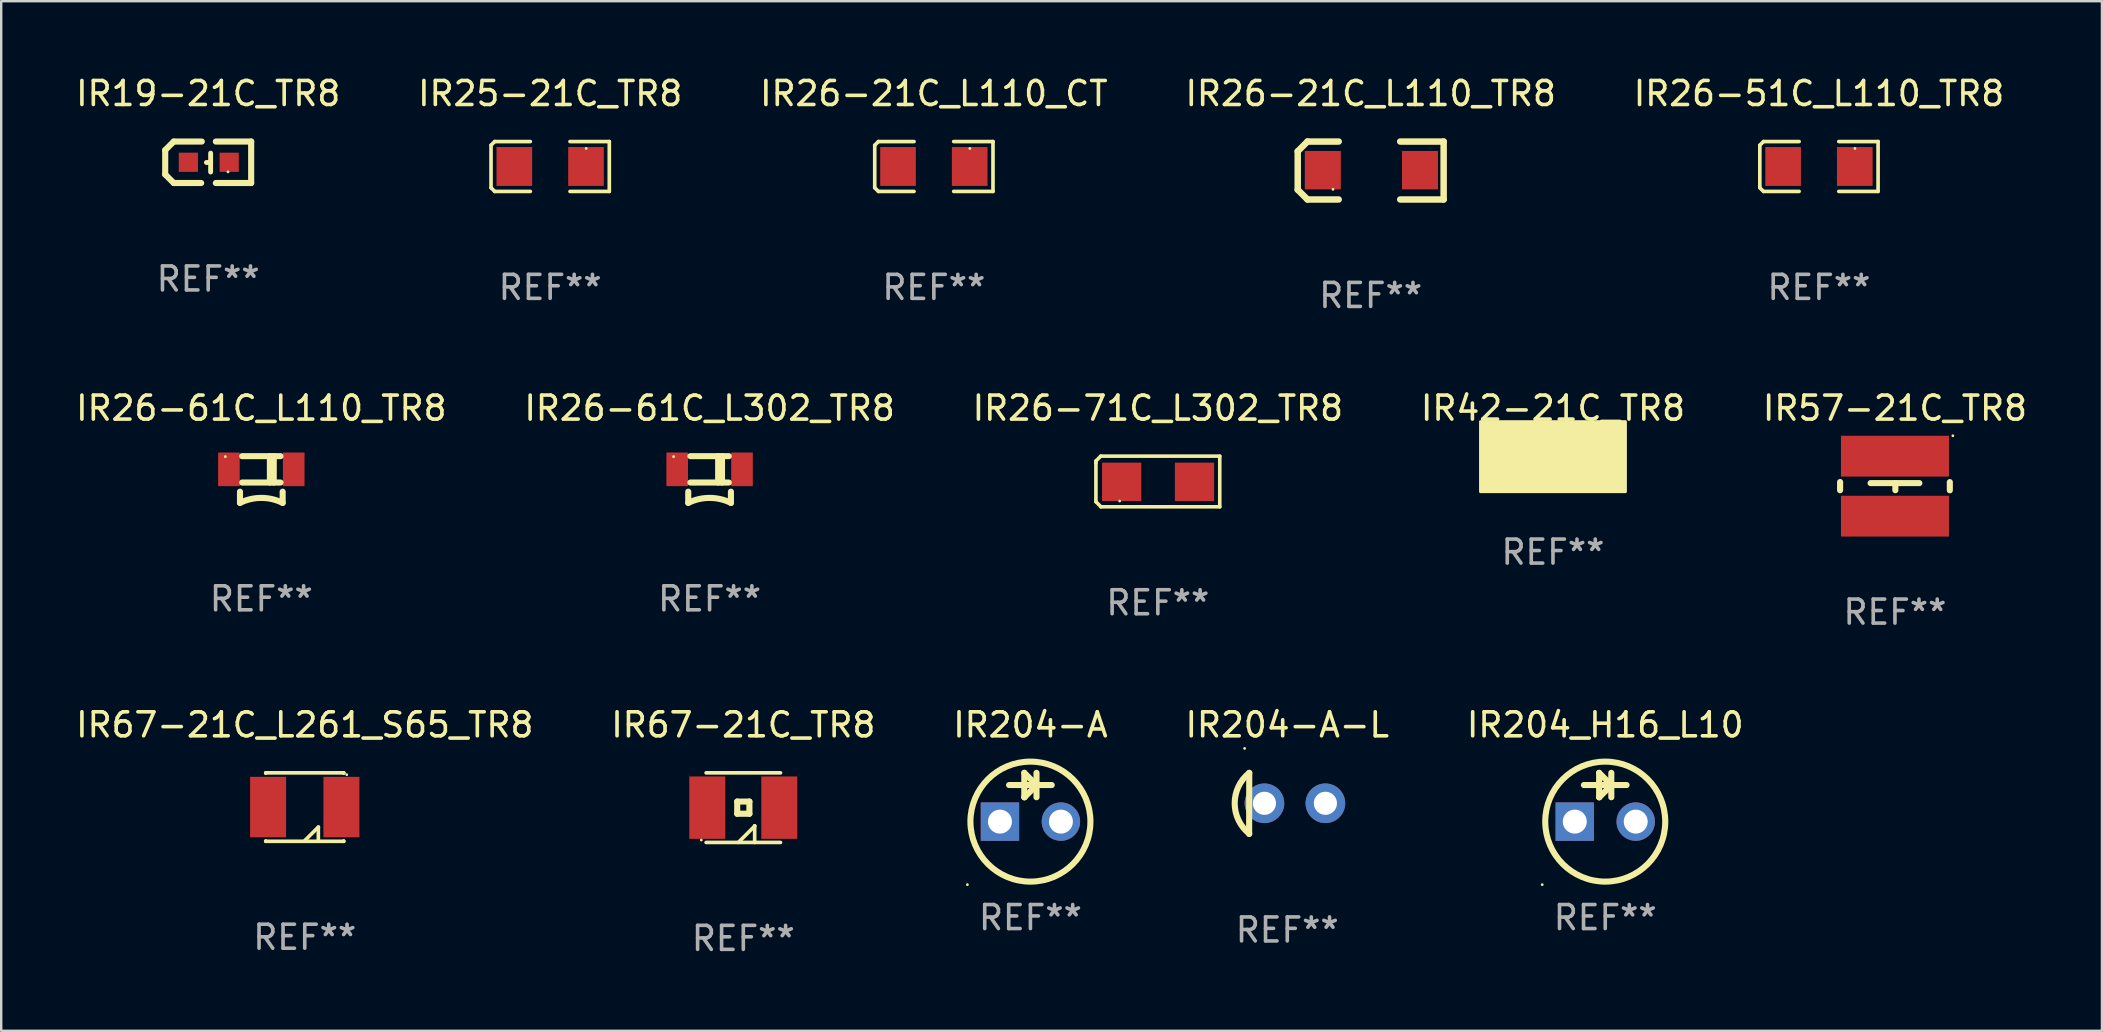
<source format=kicad_pcb>
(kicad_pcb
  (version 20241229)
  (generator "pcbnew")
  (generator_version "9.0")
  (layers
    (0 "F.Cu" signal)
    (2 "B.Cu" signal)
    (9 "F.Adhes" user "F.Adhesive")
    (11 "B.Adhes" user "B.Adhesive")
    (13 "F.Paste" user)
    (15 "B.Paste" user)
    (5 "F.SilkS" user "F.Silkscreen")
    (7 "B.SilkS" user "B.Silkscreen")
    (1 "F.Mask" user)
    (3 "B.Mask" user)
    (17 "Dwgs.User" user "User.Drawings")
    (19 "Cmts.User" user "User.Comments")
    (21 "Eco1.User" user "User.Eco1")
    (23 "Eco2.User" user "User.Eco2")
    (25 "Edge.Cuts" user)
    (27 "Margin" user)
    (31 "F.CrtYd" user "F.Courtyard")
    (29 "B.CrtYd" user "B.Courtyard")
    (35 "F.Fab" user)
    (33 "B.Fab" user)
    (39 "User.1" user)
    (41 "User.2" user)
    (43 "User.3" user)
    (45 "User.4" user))
  (footprint "IR26-61C_L110_TR8"
    (layer "F.Cu")
    (at 7.839 16.931)
    (property "Reference" "IR26-61C_L110_TR8" (at 0 -2.973 0) (layer "F.SilkS") (effects (font (size 1 1) (thickness 0.15))))
    (attr through_hole)
    (fp_line (start -0.889 0.973) (end -0.889 0.507) (stroke (width 0.254) (type solid)) (layer "F.SilkS"))
    (fp_line (start -0.8 -0.973) (end 0.8 -0.973) (stroke (width 0.254) (type solid)) (layer "F.SilkS"))
    (fp_line (start -0.8 0.126) (end 0.8 0.126) (stroke (width 0.254) (type solid)) (layer "F.SilkS"))
    (fp_line (start 0.357 -0.973) (end 0.357 0.126) (stroke (width 0.254) (type solid)) (layer "F.SilkS"))
    (fp_line (start 0.517 -0.973) (end 0.517 0.126) (stroke (width 0.254) (type solid)) (layer "F.SilkS"))
    (fp_line (start 0.889 0.973) (end 0.889 0.507) (stroke (width 0.254) (type solid)) (layer "F.SilkS"))
    (fp_arc (start -0.888976 0.973495) (mid 0.000026 0.766031) (end 0.889028 0.973496) (stroke (width 0.254001) (type solid)) (layer "F.SilkS"))
    (fp_circle (center -1.5 -0.955) (end -1.47 -0.955) (stroke (width 0.06) (type solid)) (fill no) (layer "F.SilkS"))
    (fp_text user "REF**" (at 0 4.973 0) (layer "F.Fab") (effects (font (size 1 1) (thickness 0.15))))
    (pad "1" smd rect (at -1.35 -0.424 90) (size 1.4 0.9) (layers "F.Cu" "F.Mask" "F.Paste"))
    (pad "2" smd rect (at 1.35 -0.424 90) (size 1.4 0.9) (layers "F.Cu" "F.Mask" "F.Paste")))
  (footprint "IR204-A-L"
    (layer "F.Cu")
    (at 50.589 30.428)
    (property "Reference" "IR204-A-L" (at 0 -3.274 0) (layer "F.SilkS") (effects (font (size 1 1) (thickness 0.15))))
    (attr through_hole)
    (fp_line (start -1.583 -1.274) (end -1.589 1.274) (stroke (width 0.254) (type solid)) (layer "F.SilkS"))
    (fp_arc (start -1.583363 1.261481) (mid -2.190825 -0.005982) (end -1.583364 -1.273445) (stroke (width 0.254001) (type solid)) (layer "F.SilkS"))
    (fp_circle (center -1.777 -2.292) (end -1.747 -2.292) (stroke (width 0.06) (type solid)) (fill no) (layer "F.SilkS"))
    (fp_text user "REF**" (at 0 5.274 0) (layer "F.Fab") (effects (font (size 1 1) (thickness 0.15))))
    (pad "1" thru_hole circle (at -0.951 -0.006) (size 1.651 1.651) (drill 0.965) (layers "*.Cu" "*.Mask"))
    (pad "2" thru_hole circle (at 1.589 -0.006) (size 1.651 1.651) (drill 0.965) (layers "*.Cu" "*.Mask")))
  (footprint "IR26-71C_L302_TR8"
    (layer "F.Cu")
    (at 45.196 17.013)
    (property "Reference" "IR26-71C_L302_TR8" (at 0 -3.055 0) (layer "F.SilkS") (effects (font (size 1 1) (thickness 0.15))))
    (attr through_hole)
    (fp_line (start -2.58 -0.855) (end -2.38 -1.055) (stroke (width 0.15) (type solid)) (layer "F.SilkS"))
    (fp_line (start -2.58 -0.775) (end -2.58 -0.855) (stroke (width 0.15) (type solid)) (layer "F.SilkS"))
    (fp_line (start -2.58 -0.775) (end -2.58 0.845) (stroke (width 0.15) (type solid)) (layer "F.SilkS"))
    (fp_line (start -2.58 0.845) (end -2.37 1.055) (stroke (width 0.15) (type solid)) (layer "F.SilkS"))
    (fp_line (start -2.38 -1.055) (end 2.58 -1.055) (stroke (width 0.15) (type solid)) (layer "F.SilkS"))
    (fp_line (start 2.58 -1.055) (end 2.58 1.055) (stroke (width 0.15) (type solid)) (layer "F.SilkS"))
    (fp_line (start 2.58 1.055) (end -2.37 1.055) (stroke (width 0.15) (type solid)) (layer "F.SilkS"))
    (fp_circle (center -1.59 0.815) (end -1.56 0.815) (stroke (width 0.06) (type solid)) (fill no) (layer "F.SilkS"))
    (fp_text user "REF**" (at 0 5.055 0) (layer "F.Fab") (effects (font (size 1 1) (thickness 0.15))))
    (pad "1" smd rect (at -1.507 0.015) (size 1.635 1.6) (layers "F.Cu" "F.Mask" "F.Paste"))
    (pad "2" smd rect (at 1.527 0.015) (size 1.635 1.6) (layers "F.Cu" "F.Mask" "F.Paste")))
  (footprint "IR42-21C_TR8"
    (layer "F.Cu")
    (at 61.661 15.958)
    (property "Reference" "IR42-21C_TR8" (at 0 -2 0) (layer "F.SilkS") (effects (font (size 1 1) (thickness 0.15))))
    (attr through_hole)
    (fp_circle (center 0.68 1) (end 0.852 1) (stroke (width 0.254) (type solid)) (fill no) (layer "F.SilkS"))
    (fp_circle (center 1.6 -1.2) (end 1.63 -1.2) (stroke (width 0.06) (type solid)) (fill no) (layer "F.SilkS"))
    (fp_poly (pts (xy -3.02 -1.44) (xy 3.02 -1.44) (xy 3.02 1.48) (xy -3.02 1.48)) (stroke (width 0.12) (type solid)) (fill yes) (layer "F.SilkS"))
    (fp_text user "REF**" (at 0 4 0) (layer "F.Fab") (effects (font (size 1 1) (thickness 0.15))))
    (pad "1" smd rect (at 1.9 0 180) (size 1.8 2.5) (layers "F.Cu" "F.Mask" "F.Paste"))
    (pad "2" smd rect (at -1.9 0 180) (size 1.8 2.5) (layers "F.Cu" "F.Mask" "F.Paste")))
  (footprint "IR26-61C_L302_TR8"
    (layer "F.Cu")
    (at 26.518 16.931)
    (property "Reference" "IR26-61C_L302_TR8" (at 0 -2.973 0) (layer "F.SilkS") (effects (font (size 1 1) (thickness 0.15))))
    (attr through_hole)
    (fp_line (start -0.889 0.973) (end -0.889 0.507) (stroke (width 0.254) (type solid)) (layer "F.SilkS"))
    (fp_line (start -0.8 -0.973) (end 0.8 -0.973) (stroke (width 0.254) (type solid)) (layer "F.SilkS"))
    (fp_line (start -0.8 0.126) (end 0.8 0.126) (stroke (width 0.254) (type solid)) (layer "F.SilkS"))
    (fp_line (start 0.357 -0.973) (end 0.357 0.126) (stroke (width 0.254) (type solid)) (layer "F.SilkS"))
    (fp_line (start 0.517 -0.973) (end 0.517 0.126) (stroke (width 0.254) (type solid)) (layer "F.SilkS"))
    (fp_line (start 0.889 0.973) (end 0.889 0.507) (stroke (width 0.254) (type solid)) (layer "F.SilkS"))
    (fp_arc (start -0.888976 0.973495) (mid 0.000026 0.766031) (end 0.889028 0.973496) (stroke (width 0.254001) (type solid)) (layer "F.SilkS"))
    (fp_circle (center -1.5 -0.955) (end -1.47 -0.955) (stroke (width 0.06) (type solid)) (fill no) (layer "F.SilkS"))
    (fp_text user "REF**" (at 0 4.973 0) (layer "F.Fab") (effects (font (size 1 1) (thickness 0.15))))
    (pad "1" smd rect (at -1.35 -0.424 90) (size 1.4 0.9) (layers "F.Cu" "F.Mask" "F.Paste"))
    (pad "2" smd rect (at 1.35 -0.424 90) (size 1.4 0.9) (layers "F.Cu" "F.Mask" "F.Paste")))
  (footprint "IR26-21C_L110_TR8"
    (layer "F.Cu")
    (at 54.065 4.055)
    (property "Reference" "IR26-21C_L110_TR8" (at 0 -3.207 0) (layer "F.SilkS") (effects (font (size 1 1) (thickness 0.15))))
    (attr through_hole)
    (fp_line (start -3.04 -0.8) (end -3.04 0.8) (stroke (width 0.27) (type solid)) (layer "F.SilkS"))
    (fp_line (start -3.04 0.8) (end -2.634 1.207) (stroke (width 0.27) (type solid)) (layer "F.SilkS"))
    (fp_line (start -2.634 -1.207) (end -3.04 -0.8) (stroke (width 0.27) (type solid)) (layer "F.SilkS"))
    (fp_line (start -2.634 1.207) (end -1.333 1.207) (stroke (width 0.27) (type solid)) (layer "F.SilkS"))
    (fp_line (start -1.333 -1.207) (end -2.634 -1.207) (stroke (width 0.27) (type solid)) (layer "F.SilkS"))
    (fp_line (start 1.23 1.207) (end 3.04 1.207) (stroke (width 0.27) (type solid)) (layer "F.SilkS"))
    (fp_line (start 3.04 -1.207) (end 1.23 -1.207) (stroke (width 0.27) (type solid)) (layer "F.SilkS"))
    (fp_line (start 3.04 1.207) (end 3.04 -1.207) (stroke (width 0.27) (type solid)) (layer "F.SilkS"))
    (fp_circle (center -1.57 0.786) (end -1.54 0.786) (stroke (width 0.06) (type solid)) (fill no) (layer "F.SilkS"))
    (fp_text user "REF**" (at 0 5.207 0) (layer "F.Fab") (effects (font (size 1 1) (thickness 0.15))))
    (pad "1" smd rect (at -1.994 -0.014) (size 1.5 1.6) (layers "F.Cu" "F.Mask" "F.Paste"))
    (pad "2" smd rect (at 2.054 -0.014) (size 1.5 1.6) (layers "F.Cu" "F.Mask" "F.Paste")))
  (footprint "IR25-21C_TR8"
    (layer "F.Cu")
    (at 19.875 3.887)
    (property "Reference" "IR25-21C_TR8" (at 0 -3.039 0) (layer "F.SilkS") (effects (font (size 1 1) (thickness 0.15))))
    (attr through_hole)
    (fp_line (start -2.464 -0.886) (end -2.311 -1.039) (stroke (width 0.152) (type solid)) (layer "F.SilkS"))
    (fp_line (start -2.464 0.886) (end -2.464 -0.886) (stroke (width 0.152) (type solid)) (layer "F.SilkS"))
    (fp_line (start -2.311 -1.039) (end -0.826 -1.039) (stroke (width 0.152) (type solid)) (layer "F.SilkS"))
    (fp_line (start -2.311 1.039) (end -2.464 0.886) (stroke (width 0.152) (type solid)) (layer "F.SilkS"))
    (fp_line (start -0.826 1.039) (end -2.311 1.039) (stroke (width 0.152) (type solid)) (layer "F.SilkS"))
    (fp_line (start 0.826 1.039) (end 2.464 1.039) (stroke (width 0.152) (type solid)) (layer "F.SilkS"))
    (fp_line (start 2.464 -1.039) (end 0.826 -1.039) (stroke (width 0.152) (type solid)) (layer "F.SilkS"))
    (fp_line (start 2.464 1.039) (end 2.464 -1.039) (stroke (width 0.152) (type solid)) (layer "F.SilkS"))
    (fp_circle (center 1.5 -0.75) (end 1.53 -0.75) (stroke (width 0.06) (type solid)) (fill no) (layer "F.SilkS"))
    (fp_text user "REF**" (at 0 5.039 0) (layer "F.Fab") (effects (font (size 1 1) (thickness 0.15))))
    (pad "1" smd rect (at 1.493 0) (size 1.485 1.62) (layers "F.Cu" "F.Mask" "F.Paste"))
    (pad "2" smd rect (at -1.493 0) (size 1.485 1.62) (layers "F.Cu" "F.Mask" "F.Paste")))
  (footprint "IR67-21C_TR8"
    (layer "F.Cu")
    (at 27.923 30.604)
    (property "Reference" "IR67-21C_TR8" (at 0 -3.45 0) (layer "F.SilkS") (effects (font (size 1 1) (thickness 0.15))))
    (attr through_hole)
    (fp_line (start -1.55 1.45) (end 1.55 1.45) (stroke (width 0.152) (type solid)) (layer "F.SilkS"))
    (fp_line (start -0.254 -0.254) (end 0.254 -0.254) (stroke (width 0.254) (type solid)) (layer "F.SilkS"))
    (fp_line (start -0.254 0.254) (end -0.254 -0.254) (stroke (width 0.254) (type solid)) (layer "F.SilkS"))
    (fp_line (start 0.254 -0.254) (end 0.254 0.254) (stroke (width 0.254) (type solid)) (layer "F.SilkS"))
    (fp_line (start 0.254 0.254) (end -0.254 0.254) (stroke (width 0.254) (type solid)) (layer "F.SilkS"))
    (fp_line (start 0.473 0.76) (end 0.473 0.769) (stroke (width 0.152) (type solid)) (layer "F.SilkS"))
    (fp_line (start 0.473 0.769) (end -0.208 1.45) (stroke (width 0.152) (type solid)) (layer "F.SilkS"))
    (fp_line (start 0.473 1.45) (end 0.473 0.76) (stroke (width 0.152) (type solid)) (layer "F.SilkS"))
    (fp_line (start 1.55 -1.45) (end -1.55 -1.45) (stroke (width 0.152) (type solid)) (layer "F.SilkS"))
    (fp_circle (center -1.75 1.35) (end -1.72 1.35) (stroke (width 0.06) (type solid)) (fill no) (layer "F.SilkS"))
    (fp_text user "REF**" (at 0 5.45 0) (layer "F.Fab") (effects (font (size 1 1) (thickness 0.15))))
    (pad "1" smd rect (at -1.5 0) (size 1.5 2.6) (layers "F.Cu" "F.Mask" "F.Paste"))
    (pad "2" smd rect (at 1.5 0) (size 1.5 2.6) (layers "F.Cu" "F.Mask" "F.Paste")))
  (footprint "IR26-51C_L110_TR8"
    (layer "F.Cu")
    (at 72.744 3.887)
    (property "Reference" "IR26-51C_L110_TR8" (at 0 -3.039 0) (layer "F.SilkS") (effects (font (size 1 1) (thickness 0.15))))
    (attr through_hole)
    (fp_line (start -2.464 -0.886) (end -2.311 -1.039) (stroke (width 0.152) (type solid)) (layer "F.SilkS"))
    (fp_line (start -2.464 0.886) (end -2.464 -0.886) (stroke (width 0.152) (type solid)) (layer "F.SilkS"))
    (fp_line (start -2.311 -1.039) (end -0.826 -1.039) (stroke (width 0.152) (type solid)) (layer "F.SilkS"))
    (fp_line (start -2.311 1.039) (end -2.464 0.886) (stroke (width 0.152) (type solid)) (layer "F.SilkS"))
    (fp_line (start -0.826 1.039) (end -2.311 1.039) (stroke (width 0.152) (type solid)) (layer "F.SilkS"))
    (fp_line (start 0.826 1.039) (end 2.464 1.039) (stroke (width 0.152) (type solid)) (layer "F.SilkS"))
    (fp_line (start 2.464 -1.039) (end 0.826 -1.039) (stroke (width 0.152) (type solid)) (layer "F.SilkS"))
    (fp_line (start 2.464 1.039) (end 2.464 -1.039) (stroke (width 0.152) (type solid)) (layer "F.SilkS"))
    (fp_circle (center 1.5 -0.75) (end 1.53 -0.75) (stroke (width 0.06) (type solid)) (fill no) (layer "F.SilkS"))
    (fp_text user "REF**" (at 0 5.039 0) (layer "F.Fab") (effects (font (size 1 1) (thickness 0.15))))
    (pad "1" smd rect (at 1.493 0) (size 1.485 1.62) (layers "F.Cu" "F.Mask" "F.Paste"))
    (pad "2" smd rect (at -1.493 0) (size 1.485 1.62) (layers "F.Cu" "F.Mask" "F.Paste")))
  (footprint "IR57-21C_TR8"
    (layer "F.Cu")
    (at 75.911 17.208)
    (property "Reference" "IR57-21C_TR8" (at 0 -3.25 0) (layer "F.SilkS") (effects (font (size 1 1) (thickness 0.15))))
    (attr through_hole)
    (fp_line (start -2.286 0.169) (end -2.286 -0.172) (stroke (width 0.254) (type solid)) (layer "F.SilkS"))
    (fp_line (start -1.016 -0.127) (end 1.016 -0.127) (stroke (width 0.254) (type solid)) (layer "F.SilkS"))
    (fp_line (start 0.017 -0.127) (end 0.017 0.169) (stroke (width 0.254) (type solid)) (layer "F.SilkS"))
    (fp_line (start 2.286 0.172) (end 2.286 -0.169) (stroke (width 0.254) (type solid)) (layer "F.SilkS"))
    (fp_circle (center 2.413 -2.1) (end 2.443 -2.1) (stroke (width 0.06) (type solid)) (fill no) (layer "F.SilkS"))
    (fp_text user "REF**" (at 0 5.25 0) (layer "F.Fab") (effects (font (size 1 1) (thickness 0.15))))
    (pad "1" smd rect (at 0.000025 -1.25 90) (size 1.7 4.5) (layers "F.Cu" "F.Mask" "F.Paste"))
    (pad "2" smd rect (at 0.000025 1.25 90) (size 1.7 4.5) (layers "F.Cu" "F.Mask" "F.Paste")))
  (footprint "IR204-A"
    (layer "F.Cu")
    (at 39.887 30.17)
    (property "Reference" "IR204-A" (at 0 -3.016 0) (layer "F.SilkS") (effects (font (size 1 1) (thickness 0.15))))
    (attr through_hole)
    (fp_line (start -0.889 -0.508) (end 0.888 -0.508) (stroke (width 0.254) (type solid)) (layer "F.SilkS"))
    (fp_line (start -0.255 -1.016) (end -0.255 0) (stroke (width 0.254) (type solid)) (layer "F.SilkS"))
    (fp_line (start -0.255 0) (end -0.248 0) (stroke (width 0.254) (type solid)) (layer "F.SilkS"))
    (fp_line (start -0.248 0) (end 0.26 -0.508) (stroke (width 0.254) (type solid)) (layer "F.SilkS"))
    (fp_line (start 0.246 -0.515) (end -0.255 -1.016) (stroke (width 0.254) (type solid)) (layer "F.SilkS"))
    (fp_line (start 0.246 -0.508) (end 0.246 -0.515) (stroke (width 0.254) (type solid)) (layer "F.SilkS"))
    (fp_line (start 0.253 -1.016) (end 0.253 0) (stroke (width 0.254) (type solid)) (layer "F.SilkS"))
    (fp_circle (center -2.627 3.643) (end -2.597 3.643) (stroke (width 0.06) (type solid)) (fill no) (layer "F.SilkS"))
    (fp_circle (center 0 1.016) (end 2.5 1.016) (stroke (width 0.254) (type solid)) (fill no) (layer "F.SilkS"))
    (fp_text user "REF**" (at 0 5.016 0) (layer "F.Fab") (effects (font (size 1 1) (thickness 0.15))))
    (pad "1" thru_hole rect (at -1.27 1.016) (size 1.6 1.6) (drill 1) (layers "*.Cu" "*.Mask"))
    (pad "2" thru_hole circle (at 1.27 1.016) (size 1.6 1.6) (drill 1) (layers "*.Cu" "*.Mask")))
  (footprint "IR204_H16_L10"
    (layer "F.Cu")
    (at 63.839 30.17)
    (property "Reference" "IR204_H16_L10" (at 0 -3.016 0) (layer "F.SilkS") (effects (font (size 1 1) (thickness 0.15))))
    (attr through_hole)
    (fp_line (start -0.889 -0.508) (end 0.888 -0.508) (stroke (width 0.254) (type solid)) (layer "F.SilkS"))
    (fp_line (start -0.255 -1.016) (end -0.255 0) (stroke (width 0.254) (type solid)) (layer "F.SilkS"))
    (fp_line (start -0.255 0) (end -0.248 0) (stroke (width 0.254) (type solid)) (layer "F.SilkS"))
    (fp_line (start -0.248 0) (end 0.26 -0.508) (stroke (width 0.254) (type solid)) (layer "F.SilkS"))
    (fp_line (start 0.246 -0.515) (end -0.255 -1.016) (stroke (width 0.254) (type solid)) (layer "F.SilkS"))
    (fp_line (start 0.246 -0.508) (end 0.246 -0.515) (stroke (width 0.254) (type solid)) (layer "F.SilkS"))
    (fp_line (start 0.253 -1.016) (end 0.253 0) (stroke (width 0.254) (type solid)) (layer "F.SilkS"))
    (fp_circle (center -2.627 3.643) (end -2.597 3.643) (stroke (width 0.06) (type solid)) (fill no) (layer "F.SilkS"))
    (fp_circle (center 0 1.016) (end 2.5 1.016) (stroke (width 0.254) (type solid)) (fill no) (layer "F.SilkS"))
    (fp_text user "REF**" (at 0 5.016 0) (layer "F.Fab") (effects (font (size 1 1) (thickness 0.15))))
    (pad "1" thru_hole rect (at -1.27 1.016) (size 1.6 1.6) (drill 1) (layers "*.Cu" "*.Mask"))
    (pad "2" thru_hole circle (at 1.27 1.016) (size 1.6 1.6) (drill 1) (layers "*.Cu" "*.Mask")))
  (footprint "IR67-21C_L261_S65_TR8"
    (layer "F.Cu")
    (at 9.649 30.58)
    (property "Reference" "IR67-21C_L261_S65_TR8" (at 0 -3.426 0) (layer "F.SilkS") (effects (font (size 1 1) (thickness 0.15))))
    (attr through_hole)
    (fp_line (start -1.626 -1.426) (end 1.626 -1.426) (stroke (width 0.152) (type solid)) (layer "F.SilkS"))
    (fp_line (start -1.626 -1.412) (end -1.626 -1.426) (stroke (width 0.152) (type solid)) (layer "F.SilkS"))
    (fp_line (start -1.626 1.412) (end -1.626 1.426) (stroke (width 0.152) (type solid)) (layer "F.SilkS"))
    (fp_line (start -1.626 1.426) (end 1.626 1.426) (stroke (width 0.152) (type solid)) (layer "F.SilkS"))
    (fp_line (start 0 1.397) (end 0.566 0.833) (stroke (width 0.152) (type solid)) (layer "F.SilkS"))
    (fp_line (start 0.566 0.833) (end 0.566 1.369) (stroke (width 0.152) (type solid)) (layer "F.SilkS"))
    (fp_line (start 1.626 -1.426) (end 1.626 -1.412) (stroke (width 0.152) (type solid)) (layer "F.SilkS"))
    (fp_line (start 1.626 1.426) (end 1.626 1.412) (stroke (width 0.152) (type solid)) (layer "F.SilkS"))
    (fp_circle (center 1.75 -1.35) (end 1.78 -1.35) (stroke (width 0.06) (type solid)) (fill no) (layer "F.SilkS"))
    (fp_text user "REF**" (at 0 5.426 0) (layer "F.Fab") (effects (font (size 1 1) (thickness 0.15))))
    (pad "1" smd rect (at 1.528 0) (size 1.5 2.52) (layers "F.Cu" "F.Mask" "F.Paste"))
    (pad "2" smd rect (at -1.528 0) (size 1.5 2.52) (layers "F.Cu" "F.Mask" "F.Paste")))
  (footprint "IR26-21C_L110_CT"
    (layer "F.Cu")
    (at 35.863 3.887)
    (property "Reference" "IR26-21C_L110_CT" (at 0 -3.039 0) (layer "F.SilkS") (effects (font (size 1 1) (thickness 0.15))))
    (attr through_hole)
    (fp_line (start -2.464 -0.886) (end -2.311 -1.039) (stroke (width 0.152) (type solid)) (layer "F.SilkS"))
    (fp_line (start -2.464 0.886) (end -2.464 -0.886) (stroke (width 0.152) (type solid)) (layer "F.SilkS"))
    (fp_line (start -2.311 -1.039) (end -0.826 -1.039) (stroke (width 0.152) (type solid)) (layer "F.SilkS"))
    (fp_line (start -2.311 1.039) (end -2.464 0.886) (stroke (width 0.152) (type solid)) (layer "F.SilkS"))
    (fp_line (start -0.826 1.039) (end -2.311 1.039) (stroke (width 0.152) (type solid)) (layer "F.SilkS"))
    (fp_line (start 0.826 1.039) (end 2.464 1.039) (stroke (width 0.152) (type solid)) (layer "F.SilkS"))
    (fp_line (start 2.464 -1.039) (end 0.826 -1.039) (stroke (width 0.152) (type solid)) (layer "F.SilkS"))
    (fp_line (start 2.464 1.039) (end 2.464 -1.039) (stroke (width 0.152) (type solid)) (layer "F.SilkS"))
    (fp_circle (center 1.5 -0.75) (end 1.53 -0.75) (stroke (width 0.06) (type solid)) (fill no) (layer "F.SilkS"))
    (fp_text user "REF**" (at 0 5.039 0) (layer "F.Fab") (effects (font (size 1 1) (thickness 0.15))))
    (pad "1" smd rect (at 1.493 0) (size 1.485 1.62) (layers "F.Cu" "F.Mask" "F.Paste"))
    (pad "2" smd rect (at -1.493 0) (size 1.485 1.62) (layers "F.Cu" "F.Mask" "F.Paste")))
  (footprint "IR19-21C_TR8"
    (layer "F.Cu")
    (at 5.625 3.712)
    (property "Reference" "IR19-21C_TR8" (at 0 -2.864 0) (layer "F.SilkS") (effects (font (size 1 1) (thickness 0.15))))
    (attr through_hole)
    (fp_line (start -1.791 -0.508) (end -1.435 -0.864) (stroke (width 0.254) (type solid)) (layer "F.SilkS"))
    (fp_line (start -1.791 0.508) (end -1.791 -0.508) (stroke (width 0.254) (type solid)) (layer "F.SilkS"))
    (fp_line (start -1.435 0.864) (end -1.791 0.508) (stroke (width 0.254) (type solid)) (layer "F.SilkS"))
    (fp_line (start -0.292 0.864) (end -1.435 0.864) (stroke (width 0.254) (type solid)) (layer "F.SilkS"))
    (fp_line (start -0.267 -0.864) (end -1.435 -0.864) (stroke (width 0.254) (type solid)) (layer "F.SilkS"))
    (fp_line (start 0.102 0.008) (end -0.074 0.008) (stroke (width 0.203) (type solid)) (layer "F.SilkS"))
    (fp_line (start 0.102 0.406) (end 0.102 -0.381) (stroke (width 0.203) (type solid)) (layer "F.SilkS"))
    (fp_line (start 1.791 -0.864) (end 0.318 -0.864) (stroke (width 0.254) (type solid)) (layer "F.SilkS"))
    (fp_line (start 1.791 0.864) (end 0.318 0.864) (stroke (width 0.254) (type solid)) (layer "F.SilkS"))
    (fp_line (start 1.791 0.864) (end 1.791 -0.864) (stroke (width 0.254) (type solid)) (layer "F.SilkS"))
    (fp_circle (center 0.825 0.4) (end 0.855 0.4) (stroke (width 0.06) (type solid)) (fill no) (layer "F.SilkS"))
    (fp_text user "REF**" (at 0 4.864 0) (layer "F.Fab") (effects (font (size 1 1) (thickness 0.15))))
    (pad "1" smd rect (at 0.876 0 90) (size 0.8 0.8) (layers "F.Cu" "F.Mask" "F.Paste"))
    (pad "2" smd rect (at -0.826 0 90) (size 0.8 0.8) (layers "F.Cu" "F.Mask" "F.Paste")))
  (gr_rect
    (start -3 -3)
    (end 84.536 39.902)
    (stroke (width 0.1) (type default))
    (fill no)
    (layer "Edge.Cuts")))
</source>
